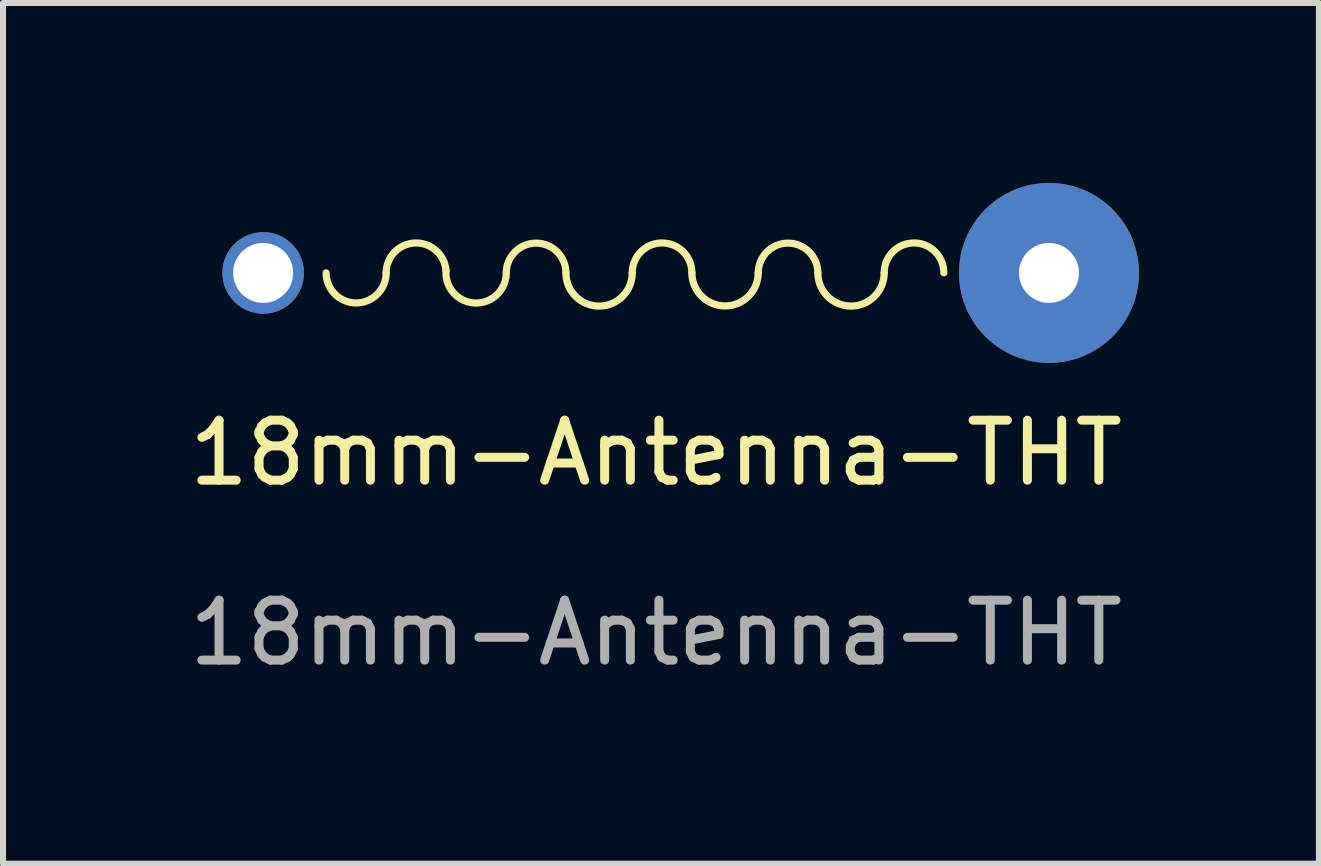
<source format=kicad_pcb>
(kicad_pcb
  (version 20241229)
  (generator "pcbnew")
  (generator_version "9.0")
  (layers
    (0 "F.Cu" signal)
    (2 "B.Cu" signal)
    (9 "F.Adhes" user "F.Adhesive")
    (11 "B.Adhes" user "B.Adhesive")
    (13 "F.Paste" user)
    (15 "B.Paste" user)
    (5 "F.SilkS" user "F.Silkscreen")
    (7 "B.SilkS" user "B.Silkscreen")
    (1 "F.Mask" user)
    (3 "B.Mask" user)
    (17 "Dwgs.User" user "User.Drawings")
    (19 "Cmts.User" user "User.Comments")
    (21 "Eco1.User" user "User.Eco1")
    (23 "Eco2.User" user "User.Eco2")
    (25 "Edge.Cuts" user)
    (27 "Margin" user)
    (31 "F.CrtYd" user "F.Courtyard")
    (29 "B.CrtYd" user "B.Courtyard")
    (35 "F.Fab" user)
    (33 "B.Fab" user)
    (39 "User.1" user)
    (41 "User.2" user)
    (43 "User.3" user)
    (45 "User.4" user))
  (footprint "18mm-Antenna-THT"
    (layer "F.Cu")
    (at 7.887 5)
    (property "Reference" "18mm-Antenna-THT" (at 0 -0.5 0) (unlocked yes) (layer "F.SilkS") (effects (font (size 1 1) (thickness 0.15))))
    (attr through_hole)
    (fp_arc (start -4.5 -3.5) (mid -5 -3) (end -5.5 -3.5) (stroke (width 0.12) (type default)) (layer "F.SilkS"))
    (fp_arc (start -4.5 -3.5) (mid -4.019188 -3.999632) (end -3.501473 -3.538348) (stroke (width 0.12) (type default)) (layer "F.SilkS"))
    (fp_arc (start -2.497063 -3.5) (mid -3.019188 -2.997429) (end -3.501473 -3.538348) (stroke (width 0.12) (type default)) (layer "F.SilkS"))
    (fp_arc (start -2.497063 -3.5) (mid -2 -3.997063) (end -1.502937 -3.5) (stroke (width 0.12) (type default)) (layer "F.SilkS"))
    (fp_arc (start -0.397063 -3.502937) (mid 0.1 -4) (end 0.597063 -3.502937) (stroke (width 0.12) (type default)) (layer "F.SilkS"))
    (fp_arc (start -0.397063 -3.5) (mid -0.95 -2.947063) (end -1.502937 -3.5) (stroke (width 0.12) (type default)) (layer "F.SilkS"))
    (fp_arc (start 1.702937 -3.502937) (mid 1.15 -2.95) (end 0.597063 -3.502937) (stroke (width 0.12) (type default)) (layer "F.SilkS"))
    (fp_arc (start 1.702937 -3.5) (mid 2.2 -3.997063) (end 2.697063 -3.5) (stroke (width 0.12) (type default)) (layer "F.SilkS"))
    (fp_arc (start 3.802937 -3.502937) (mid 4.3 -4) (end 4.797063 -3.502937) (stroke (width 0.12) (type default)) (layer "F.SilkS"))
    (fp_arc (start 3.802937 -3.5) (mid 3.25 -2.947063) (end 2.697063 -3.5) (stroke (width 0.12) (type default)) (layer "F.SilkS"))
    (fp_text user "${REFERENCE}" (at 0 2.5 0) (unlocked yes) (layer "F.Fab") (effects (font (size 1 1) (thickness 0.15))))
    (pad "1" thru_hole circle (at -6.55 -3.5) (size 1.36 1.36) (drill 1) (layers "*.Cu" "*.Mask"))
    (pad "2" thru_hole circle (at 6.55 -3.5) (size 3 3) (drill 1) (layers "*.Cu" "*.Mask")))
  (gr_rect
    (start -3 -3)
    (end 18.937 11.348)
    (stroke (width 0.1) (type default))
    (fill no)
    (layer "Edge.Cuts")))
</source>
